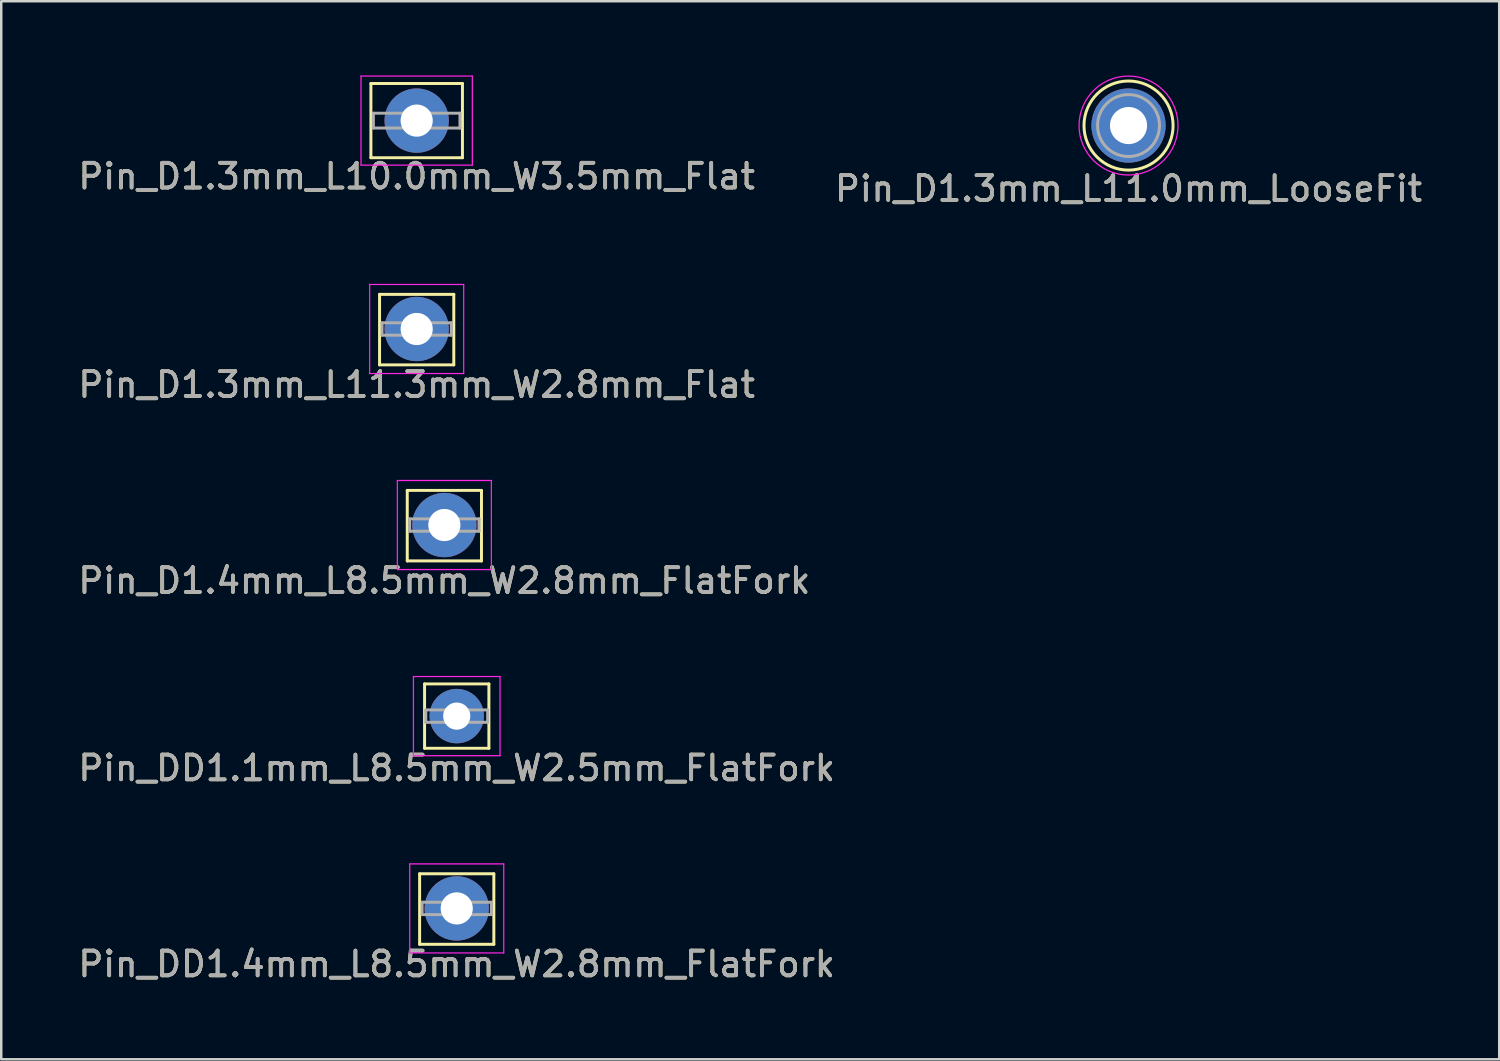
<source format=kicad_pcb>
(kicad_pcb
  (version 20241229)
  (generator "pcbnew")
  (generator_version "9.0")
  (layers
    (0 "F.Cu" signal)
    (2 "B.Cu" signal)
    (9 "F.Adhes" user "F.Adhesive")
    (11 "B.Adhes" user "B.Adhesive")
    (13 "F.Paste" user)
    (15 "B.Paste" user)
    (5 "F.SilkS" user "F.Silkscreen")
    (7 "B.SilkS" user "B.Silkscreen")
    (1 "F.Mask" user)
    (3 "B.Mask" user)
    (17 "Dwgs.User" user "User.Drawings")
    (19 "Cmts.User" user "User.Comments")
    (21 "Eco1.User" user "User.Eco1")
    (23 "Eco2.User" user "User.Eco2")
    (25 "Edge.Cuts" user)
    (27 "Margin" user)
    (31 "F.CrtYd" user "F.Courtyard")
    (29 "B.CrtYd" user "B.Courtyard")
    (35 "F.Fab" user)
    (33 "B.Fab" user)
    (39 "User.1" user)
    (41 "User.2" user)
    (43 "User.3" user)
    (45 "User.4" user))
  (footprint "Pin_D1.3mm_L11.3mm_W2.8mm_Flat"
    (layer "F.Cu")
    (at 13.792 10.248)
    (property "Reference" "Pin_D1.3mm_L11.3mm_W2.8mm_Flat" (at 0 2.25 0) (layer "F.SilkS") (effects (font (size 1 1) (thickness 0.15))))
    (attr through_hole)
    (fp_line (start -1.5 -1.4) (end -1.5 1.45) (stroke (width 0.12) (type solid)) (layer "F.SilkS"))
    (fp_line (start -1.5 -1.4) (end 1.5 -1.4) (stroke (width 0.12) (type solid)) (layer "F.SilkS"))
    (fp_line (start -1.5 1.45) (end 1.5 1.45) (stroke (width 0.12) (type solid)) (layer "F.SilkS"))
    (fp_line (start 1.5 -1.4) (end 1.5 1.45) (stroke (width 0.12) (type solid)) (layer "F.SilkS"))
    (fp_line (start -1.9 -1.8) (end -1.9 1.8) (stroke (width 0.05) (type solid)) (layer "F.CrtYd"))
    (fp_line (start -1.9 -1.8) (end 1.9 -1.8) (stroke (width 0.05) (type solid)) (layer "F.CrtYd"))
    (fp_line (start 1.9 1.8) (end -1.9 1.8) (stroke (width 0.05) (type solid)) (layer "F.CrtYd"))
    (fp_line (start 1.9 1.8) (end 1.9 -1.8) (stroke (width 0.05) (type solid)) (layer "F.CrtYd"))
    (fp_line (start -1.4 -0.25) (end 1.4 -0.25) (stroke (width 0.12) (type solid)) (layer "F.Fab"))
    (fp_line (start -1.4 0.25) (end -1.4 -0.25) (stroke (width 0.12) (type solid)) (layer "F.Fab"))
    (fp_line (start 1.4 -0.25) (end 1.4 0.25) (stroke (width 0.12) (type solid)) (layer "F.Fab"))
    (fp_line (start 1.4 0.25) (end -1.4 0.25) (stroke (width 0.12) (type solid)) (layer "F.Fab"))
    (fp_text user "${REFERENCE}" (at 0 2.25 0) (layer "F.Fab") (effects (font (size 1 1) (thickness 0.15))))
    (pad "1" thru_hole circle (at 0 0) (size 2.6 2.6) (drill 1.3) (layers "*.Cu" "*.Mask")))
  (footprint "Pin_D1.3mm_L10.0mm_W3.5mm_Flat"
    (layer "F.Cu")
    (at 13.792 1.825)
    (property "Reference" "Pin_D1.3mm_L10.0mm_W3.5mm_Flat" (at 0 2.25 0) (layer "F.SilkS") (effects (font (size 1 1) (thickness 0.15))))
    (attr through_hole)
    (fp_line (start -1.85 -1.5) (end -1.85 1.5) (stroke (width 0.12) (type solid)) (layer "F.SilkS"))
    (fp_line (start -1.85 -1.5) (end 1.85 -1.5) (stroke (width 0.12) (type solid)) (layer "F.SilkS"))
    (fp_line (start 1.85 -1.5) (end 1.85 1.5) (stroke (width 0.12) (type solid)) (layer "F.SilkS"))
    (fp_line (start 1.85 1.5) (end -1.85 1.5) (stroke (width 0.12) (type solid)) (layer "F.SilkS"))
    (fp_line (start -2.25 -1.8) (end -2.25 1.8) (stroke (width 0.05) (type solid)) (layer "F.CrtYd"))
    (fp_line (start -2.25 -1.8) (end 2.25 -1.8) (stroke (width 0.05) (type solid)) (layer "F.CrtYd"))
    (fp_line (start 2.25 1.8) (end -2.25 1.8) (stroke (width 0.05) (type solid)) (layer "F.CrtYd"))
    (fp_line (start 2.25 1.8) (end 2.25 -1.8) (stroke (width 0.05) (type solid)) (layer "F.CrtYd"))
    (fp_line (start -1.75 -0.3) (end 1.75 -0.3) (stroke (width 0.12) (type solid)) (layer "F.Fab"))
    (fp_line (start -1.75 0.3) (end -1.75 -0.3) (stroke (width 0.12) (type solid)) (layer "F.Fab"))
    (fp_line (start 1.75 -0.3) (end 1.75 0.3) (stroke (width 0.12) (type solid)) (layer "F.Fab"))
    (fp_line (start 1.75 0.3) (end -1.75 0.3) (stroke (width 0.12) (type solid)) (layer "F.Fab"))
    (fp_text user "${REFERENCE}" (at 0 2.25 0) (layer "F.Fab") (effects (font (size 1 1) (thickness 0.15))))
    (pad "1" thru_hole circle (at 0 0) (size 2.6 2.6) (drill 1.3) (layers "*.Cu" "*.Mask")))
  (footprint "Pin_DD1.4mm_L8.5mm_W2.8mm_FlatFork"
    (layer "F.Cu")
    (at 15.411 33.668)
    (property "Reference" "Pin_DD1.4mm_L8.5mm_W2.8mm_FlatFork" (at 0 2.25 0) (layer "F.SilkS") (effects (font (size 1 1) (thickness 0.15))))
    (attr through_hole)
    (fp_line (start -1.5 -1.4) (end -1.5 1.45) (stroke (width 0.12) (type solid)) (layer "F.SilkS"))
    (fp_line (start -1.5 -1.4) (end 1.5 -1.4) (stroke (width 0.12) (type solid)) (layer "F.SilkS"))
    (fp_line (start -1.5 1.45) (end 1.5 1.45) (stroke (width 0.12) (type solid)) (layer "F.SilkS"))
    (fp_line (start 1.5 -1.4) (end 1.5 1.45) (stroke (width 0.12) (type solid)) (layer "F.SilkS"))
    (fp_line (start -1.9 -1.8) (end -1.9 1.8) (stroke (width 0.05) (type solid)) (layer "F.CrtYd"))
    (fp_line (start -1.9 -1.8) (end 1.9 -1.8) (stroke (width 0.05) (type solid)) (layer "F.CrtYd"))
    (fp_line (start 1.9 1.8) (end -1.9 1.8) (stroke (width 0.05) (type solid)) (layer "F.CrtYd"))
    (fp_line (start 1.9 1.8) (end 1.9 -1.8) (stroke (width 0.05) (type solid)) (layer "F.CrtYd"))
    (fp_line (start -1.4 -0.25) (end 1.4 -0.25) (stroke (width 0.12) (type solid)) (layer "F.Fab"))
    (fp_line (start -1.4 0.25) (end -1.4 -0.25) (stroke (width 0.12) (type solid)) (layer "F.Fab"))
    (fp_line (start 1.4 -0.25) (end 1.4 0.25) (stroke (width 0.12) (type solid)) (layer "F.Fab"))
    (fp_line (start 1.4 0.25) (end -1.4 0.25) (stroke (width 0.12) (type solid)) (layer "F.Fab"))
    (fp_text user "${REFERENCE}" (at 0 2.25 0) (layer "F.Fab") (effects (font (size 1 1) (thickness 0.15))))
    (pad "1" thru_hole circle (at 0 0) (size 2.6 2.6) (drill 1.3) (layers "*.Cu" "*.Mask")))
  (footprint "Pin_D1.4mm_L8.5mm_W2.8mm_FlatFork"
    (layer "F.Cu")
    (at 14.911 18.172)
    (property "Reference" "Pin_D1.4mm_L8.5mm_W2.8mm_FlatFork" (at 0 2.25 0) (layer "F.SilkS") (effects (font (size 1 1) (thickness 0.15))))
    (attr through_hole)
    (fp_line (start -1.5 -1.4) (end -1.5 1.45) (stroke (width 0.12) (type solid)) (layer "F.SilkS"))
    (fp_line (start -1.5 -1.4) (end 1.5 -1.4) (stroke (width 0.12) (type solid)) (layer "F.SilkS"))
    (fp_line (start -1.5 1.45) (end 1.5 1.45) (stroke (width 0.12) (type solid)) (layer "F.SilkS"))
    (fp_line (start 1.5 -1.4) (end 1.5 1.45) (stroke (width 0.12) (type solid)) (layer "F.SilkS"))
    (fp_line (start -1.9 -1.8) (end -1.9 1.8) (stroke (width 0.05) (type solid)) (layer "F.CrtYd"))
    (fp_line (start -1.9 -1.8) (end 1.9 -1.8) (stroke (width 0.05) (type solid)) (layer "F.CrtYd"))
    (fp_line (start 1.9 1.8) (end -1.9 1.8) (stroke (width 0.05) (type solid)) (layer "F.CrtYd"))
    (fp_line (start 1.9 1.8) (end 1.9 -1.8) (stroke (width 0.05) (type solid)) (layer "F.CrtYd"))
    (fp_line (start -1.4 -0.25) (end 1.4 -0.25) (stroke (width 0.12) (type solid)) (layer "F.Fab"))
    (fp_line (start -1.4 0.25) (end -1.4 -0.25) (stroke (width 0.12) (type solid)) (layer "F.Fab"))
    (fp_line (start 1.4 -0.25) (end 1.4 0.25) (stroke (width 0.12) (type solid)) (layer "F.Fab"))
    (fp_line (start 1.4 0.25) (end -1.4 0.25) (stroke (width 0.12) (type solid)) (layer "F.Fab"))
    (fp_text user "${REFERENCE}" (at 0 2.25 0) (layer "F.Fab") (effects (font (size 1 1) (thickness 0.15))))
    (pad "1" thru_hole circle (at 0 0) (size 2.6 2.6) (drill 1.3) (layers "*.Cu" "*.Mask")))
  (footprint "Pin_DD1.1mm_L8.5mm_W2.5mm_FlatFork"
    (layer "F.Cu")
    (at 15.411 25.895)
    (property "Reference" "Pin_DD1.1mm_L8.5mm_W2.5mm_FlatFork" (at 0 2.1 0) (layer "F.SilkS") (effects (font (size 1 1) (thickness 0.15))))
    (attr through_hole)
    (fp_line (start -1.3 -1.3) (end 1.3 -1.3) (stroke (width 0.12) (type solid)) (layer "F.SilkS"))
    (fp_line (start -1.3 1.3) (end -1.3 -1.3) (stroke (width 0.12) (type solid)) (layer "F.SilkS"))
    (fp_line (start -1.3 1.3) (end 1.3 1.3) (stroke (width 0.12) (type solid)) (layer "F.SilkS"))
    (fp_line (start 1.3 -1.3) (end 1.3 1.3) (stroke (width 0.12) (type solid)) (layer "F.SilkS"))
    (fp_line (start -1.75 -1.6) (end -1.75 1.6) (stroke (width 0.05) (type solid)) (layer "F.CrtYd"))
    (fp_line (start -1.75 -1.6) (end 1.75 -1.6) (stroke (width 0.05) (type solid)) (layer "F.CrtYd"))
    (fp_line (start 1.75 1.6) (end -1.75 1.6) (stroke (width 0.05) (type solid)) (layer "F.CrtYd"))
    (fp_line (start 1.75 1.6) (end 1.75 -1.6) (stroke (width 0.05) (type solid)) (layer "F.CrtYd"))
    (fp_line (start -1.25 -0.25) (end -1.25 0.25) (stroke (width 0.12) (type solid)) (layer "F.Fab"))
    (fp_line (start -1.25 0.25) (end 1.25 0.25) (stroke (width 0.12) (type solid)) (layer "F.Fab"))
    (fp_line (start 1.25 -0.25) (end -1.25 -0.25) (stroke (width 0.12) (type solid)) (layer "F.Fab"))
    (fp_line (start 1.25 0.25) (end 1.25 -0.25) (stroke (width 0.12) (type solid)) (layer "F.Fab"))
    (fp_text user "${REFERENCE}" (at 0 2.1 0) (layer "F.Fab") (effects (font (size 1 1) (thickness 0.15))))
    (pad "1" thru_hole circle (at 0 0) (size 2.2 2.2) (drill 1.1) (layers "*.Cu" "*.Mask")))
  (footprint "Pin_D1.3mm_L11.0mm_LooseFit"
    (layer "F.Cu")
    (at 42.565 2.025)
    (property "Reference" "Pin_D1.3mm_L11.0mm_LooseFit" (at 0 2.55 0) (layer "F.SilkS") (effects (font (size 1 1) (thickness 0.15))))
    (attr through_hole)
    (fp_circle (center 0 0) (end 1.8 0.05) (stroke (width 0.12) (type solid)) (fill no) (layer "F.SilkS"))
    (fp_circle (center 0 0) (end 2 0) (stroke (width 0.05) (type solid)) (fill no) (layer "F.CrtYd"))
    (fp_circle (center 0 0) (end 0.65 -0.05) (stroke (width 0.12) (type solid)) (fill no) (layer "F.Fab"))
    (fp_circle (center 0 0) (end 1.25 -0.05) (stroke (width 0.12) (type solid)) (fill no) (layer "F.Fab"))
    (fp_text user "${REFERENCE}" (at 0 2.55 0) (layer "F.Fab") (effects (font (size 1 1) (thickness 0.15))))
    (pad "1" thru_hole circle (at 0 0) (size 3 3) (drill 1.5) (layers "*.Cu" "*.Mask")))
  (gr_rect
    (start -3 -3)
    (end 57.548 39.766)
    (stroke (width 0.1) (type default))
    (fill no)
    (layer "Edge.Cuts")))
</source>
